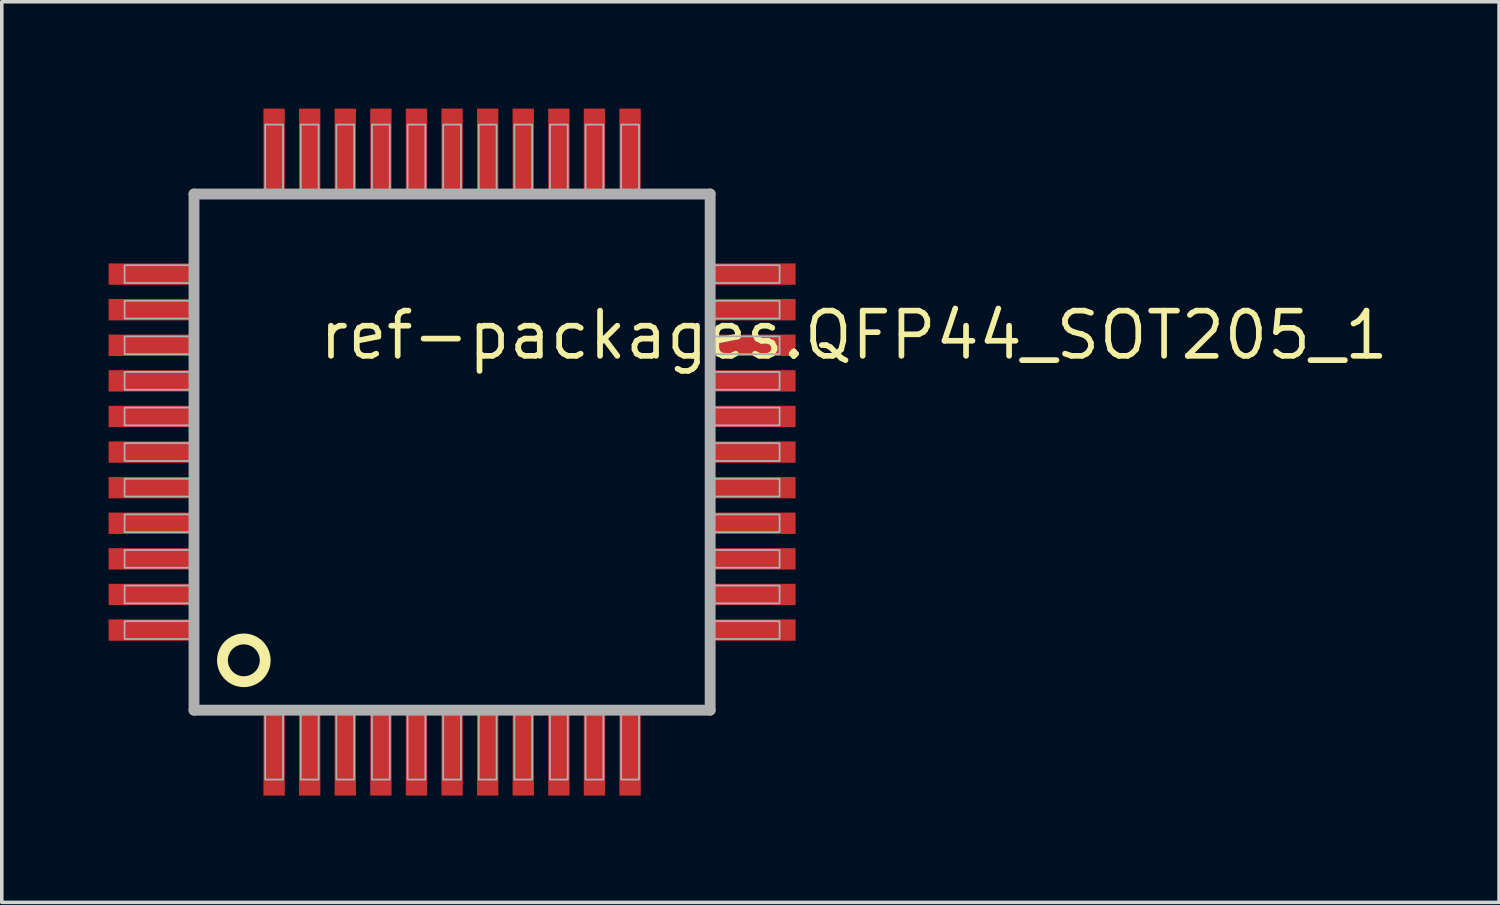
<source format=kicad_pcb>
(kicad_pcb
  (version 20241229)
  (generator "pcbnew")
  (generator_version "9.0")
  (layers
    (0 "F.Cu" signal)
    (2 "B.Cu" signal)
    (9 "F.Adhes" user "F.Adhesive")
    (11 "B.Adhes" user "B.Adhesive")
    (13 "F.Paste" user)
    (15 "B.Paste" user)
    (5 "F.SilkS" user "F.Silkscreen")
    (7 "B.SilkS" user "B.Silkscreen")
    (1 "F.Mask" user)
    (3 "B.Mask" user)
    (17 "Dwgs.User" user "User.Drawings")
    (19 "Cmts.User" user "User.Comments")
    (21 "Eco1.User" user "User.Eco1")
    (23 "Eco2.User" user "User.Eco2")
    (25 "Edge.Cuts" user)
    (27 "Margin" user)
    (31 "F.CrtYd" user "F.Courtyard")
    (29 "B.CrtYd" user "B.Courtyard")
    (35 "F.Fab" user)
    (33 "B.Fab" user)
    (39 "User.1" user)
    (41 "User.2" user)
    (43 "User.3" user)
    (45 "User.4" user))
  (footprint "ref-packages.QFP44_SOT205_1"
    (layer "F.Cu")
    (at 9.65 9.65)
    (property "Reference" "ref-packages.QFP44_SOT205_1" (at -3.81 -2.54 0) (layer "F.SilkS") (effects (font (size 1.27 1.27) (thickness 0.16)) (justify left bottom)))
    (attr smd)
    (fp_circle (center -5.85 5.85) (end -5.25 5.85) (stroke (width 0.305) (type default)) (fill no) (layer "F.SilkS"))
    (fp_line (start -7.25 -7.25) (end 7.25 -7.25) (stroke (width 0.305) (type default)) (layer "F.Fab"))
    (fp_line (start -7.25 7.25) (end -7.25 -7.25) (stroke (width 0.305) (type default)) (layer "F.Fab"))
    (fp_line (start 7.25 -7.25) (end 7.25 7.25) (stroke (width 0.305) (type default)) (layer "F.Fab"))
    (fp_line (start 7.25 7.25) (end -7.25 7.25) (stroke (width 0.305) (type default)) (layer "F.Fab"))
    (fp_rect (start -9.2 -4.75) (end -7.35 -5.25) (stroke (width 0.05) (type default)) (fill no) (layer "F.Fab"))
    (fp_rect (start -9.2 -3.75) (end -7.35 -4.25) (stroke (width 0.05) (type default)) (fill no) (layer "F.Fab"))
    (fp_rect (start -9.2 -2.75) (end -7.35 -3.25) (stroke (width 0.05) (type default)) (fill no) (layer "F.Fab"))
    (fp_rect (start -9.2 -1.75) (end -7.35 -2.25) (stroke (width 0.05) (type default)) (fill no) (layer "F.Fab"))
    (fp_rect (start -9.2 -0.75) (end -7.35 -1.25) (stroke (width 0.05) (type default)) (fill no) (layer "F.Fab"))
    (fp_rect (start -9.2 0.25) (end -7.35 -0.25) (stroke (width 0.05) (type default)) (fill no) (layer "F.Fab"))
    (fp_rect (start -9.2 1.25) (end -7.35 0.75) (stroke (width 0.05) (type default)) (fill no) (layer "F.Fab"))
    (fp_rect (start -9.2 2.25) (end -7.35 1.75) (stroke (width 0.05) (type default)) (fill no) (layer "F.Fab"))
    (fp_rect (start -9.2 3.25) (end -7.35 2.75) (stroke (width 0.05) (type default)) (fill no) (layer "F.Fab"))
    (fp_rect (start -9.2 4.25) (end -7.35 3.75) (stroke (width 0.05) (type default)) (fill no) (layer "F.Fab"))
    (fp_rect (start -9.2 5.25) (end -7.35 4.75) (stroke (width 0.05) (type default)) (fill no) (layer "F.Fab"))
    (fp_rect (start -5.25 -7.35) (end -4.75 -9.2) (stroke (width 0.05) (type default)) (fill no) (layer "F.Fab"))
    (fp_rect (start -5.25 9.2) (end -4.75 7.35) (stroke (width 0.05) (type default)) (fill no) (layer "F.Fab"))
    (fp_rect (start -4.25 -7.35) (end -3.75 -9.2) (stroke (width 0.05) (type default)) (fill no) (layer "F.Fab"))
    (fp_rect (start -4.25 9.2) (end -3.75 7.35) (stroke (width 0.05) (type default)) (fill no) (layer "F.Fab"))
    (fp_rect (start -3.25 -7.35) (end -2.75 -9.2) (stroke (width 0.05) (type default)) (fill no) (layer "F.Fab"))
    (fp_rect (start -3.25 9.2) (end -2.75 7.35) (stroke (width 0.05) (type default)) (fill no) (layer "F.Fab"))
    (fp_rect (start -2.25 -7.35) (end -1.75 -9.2) (stroke (width 0.05) (type default)) (fill no) (layer "F.Fab"))
    (fp_rect (start -2.25 9.2) (end -1.75 7.35) (stroke (width 0.05) (type default)) (fill no) (layer "F.Fab"))
    (fp_rect (start -1.25 -7.35) (end -0.75 -9.2) (stroke (width 0.05) (type default)) (fill no) (layer "F.Fab"))
    (fp_rect (start -1.25 9.2) (end -0.75 7.35) (stroke (width 0.05) (type default)) (fill no) (layer "F.Fab"))
    (fp_rect (start -0.25 -7.35) (end 0.25 -9.2) (stroke (width 0.05) (type default)) (fill no) (layer "F.Fab"))
    (fp_rect (start -0.25 9.2) (end 0.25 7.35) (stroke (width 0.05) (type default)) (fill no) (layer "F.Fab"))
    (fp_rect (start 0.75 -7.35) (end 1.25 -9.2) (stroke (width 0.05) (type default)) (fill no) (layer "F.Fab"))
    (fp_rect (start 0.75 9.2) (end 1.25 7.35) (stroke (width 0.05) (type default)) (fill no) (layer "F.Fab"))
    (fp_rect (start 1.75 -7.35) (end 2.25 -9.2) (stroke (width 0.05) (type default)) (fill no) (layer "F.Fab"))
    (fp_rect (start 1.75 9.2) (end 2.25 7.35) (stroke (width 0.05) (type default)) (fill no) (layer "F.Fab"))
    (fp_rect (start 2.75 -7.35) (end 3.25 -9.2) (stroke (width 0.05) (type default)) (fill no) (layer "F.Fab"))
    (fp_rect (start 2.75 9.2) (end 3.25 7.35) (stroke (width 0.05) (type default)) (fill no) (layer "F.Fab"))
    (fp_rect (start 3.75 -7.35) (end 4.25 -9.2) (stroke (width 0.05) (type default)) (fill no) (layer "F.Fab"))
    (fp_rect (start 3.75 9.2) (end 4.25 7.35) (stroke (width 0.05) (type default)) (fill no) (layer "F.Fab"))
    (fp_rect (start 4.75 -7.35) (end 5.25 -9.2) (stroke (width 0.05) (type default)) (fill no) (layer "F.Fab"))
    (fp_rect (start 4.75 9.2) (end 5.25 7.35) (stroke (width 0.05) (type default)) (fill no) (layer "F.Fab"))
    (fp_rect (start 7.35 -4.75) (end 9.2 -5.25) (stroke (width 0.05) (type default)) (fill no) (layer "F.Fab"))
    (fp_rect (start 7.35 -3.75) (end 9.2 -4.25) (stroke (width 0.05) (type default)) (fill no) (layer "F.Fab"))
    (fp_rect (start 7.35 -2.75) (end 9.2 -3.25) (stroke (width 0.05) (type default)) (fill no) (layer "F.Fab"))
    (fp_rect (start 7.35 -1.75) (end 9.2 -2.25) (stroke (width 0.05) (type default)) (fill no) (layer "F.Fab"))
    (fp_rect (start 7.35 -0.75) (end 9.2 -1.25) (stroke (width 0.05) (type default)) (fill no) (layer "F.Fab"))
    (fp_rect (start 7.35 0.25) (end 9.2 -0.25) (stroke (width 0.05) (type default)) (fill no) (layer "F.Fab"))
    (fp_rect (start 7.35 1.25) (end 9.2 0.75) (stroke (width 0.05) (type default)) (fill no) (layer "F.Fab"))
    (fp_rect (start 7.35 2.25) (end 9.2 1.75) (stroke (width 0.05) (type default)) (fill no) (layer "F.Fab"))
    (fp_rect (start 7.35 3.25) (end 9.2 2.75) (stroke (width 0.05) (type default)) (fill no) (layer "F.Fab"))
    (fp_rect (start 7.35 4.25) (end 9.2 3.75) (stroke (width 0.05) (type default)) (fill no) (layer "F.Fab"))
    (fp_rect (start 7.35 5.25) (end 9.2 4.75) (stroke (width 0.05) (type default)) (fill no) (layer "F.Fab"))
    (pad "1" smd roundrect (at -5 8.5) (size 0.6 2.3) (layers "F.Cu" "F.Mask" "F.Paste") (roundrect_rratio 0.01))
    (pad "2" smd roundrect (at -4 8.5) (size 0.6 2.3) (layers "F.Cu" "F.Mask" "F.Paste") (roundrect_rratio 0.01))
    (pad "3" smd roundrect (at -3 8.5) (size 0.6 2.3) (layers "F.Cu" "F.Mask" "F.Paste") (roundrect_rratio 0.01))
    (pad "4" smd roundrect (at -2 8.5) (size 0.6 2.3) (layers "F.Cu" "F.Mask" "F.Paste") (roundrect_rratio 0.01))
    (pad "5" smd roundrect (at -1 8.5) (size 0.6 2.3) (layers "F.Cu" "F.Mask" "F.Paste") (roundrect_rratio 0.01))
    (pad "6" smd roundrect (at 0 8.5) (size 0.6 2.3) (layers "F.Cu" "F.Mask" "F.Paste") (roundrect_rratio 0.01))
    (pad "7" smd roundrect (at 1 8.5) (size 0.6 2.3) (layers "F.Cu" "F.Mask" "F.Paste") (roundrect_rratio 0.01))
    (pad "8" smd roundrect (at 2 8.5) (size 0.6 2.3) (layers "F.Cu" "F.Mask" "F.Paste") (roundrect_rratio 0.01))
    (pad "9" smd roundrect (at 3 8.5) (size 0.6 2.3) (layers "F.Cu" "F.Mask" "F.Paste") (roundrect_rratio 0.01))
    (pad "10" smd roundrect (at 4 8.5) (size 0.6 2.3) (layers "F.Cu" "F.Mask" "F.Paste") (roundrect_rratio 0.01))
    (pad "11" smd roundrect (at 5 8.5) (size 0.6 2.3) (layers "F.Cu" "F.Mask" "F.Paste") (roundrect_rratio 0.01))
    (pad "12" smd roundrect (at 8.5 5) (size 2.3 0.6) (layers "F.Cu" "F.Mask" "F.Paste") (roundrect_rratio 0.01))
    (pad "13" smd roundrect (at 8.5 4) (size 2.3 0.6) (layers "F.Cu" "F.Mask" "F.Paste") (roundrect_rratio 0.01))
    (pad "14" smd roundrect (at 8.5 3) (size 2.3 0.6) (layers "F.Cu" "F.Mask" "F.Paste") (roundrect_rratio 0.01))
    (pad "15" smd roundrect (at 8.5 2) (size 2.3 0.6) (layers "F.Cu" "F.Mask" "F.Paste") (roundrect_rratio 0.01))
    (pad "16" smd roundrect (at 8.5 1) (size 2.3 0.6) (layers "F.Cu" "F.Mask" "F.Paste") (roundrect_rratio 0.01))
    (pad "17" smd roundrect (at 8.5 0) (size 2.3 0.6) (layers "F.Cu" "F.Mask" "F.Paste") (roundrect_rratio 0.01))
    (pad "18" smd roundrect (at 8.5 -1) (size 2.3 0.6) (layers "F.Cu" "F.Mask" "F.Paste") (roundrect_rratio 0.01))
    (pad "19" smd roundrect (at 8.5 -2) (size 2.3 0.6) (layers "F.Cu" "F.Mask" "F.Paste") (roundrect_rratio 0.01))
    (pad "20" smd roundrect (at 8.5 -3) (size 2.3 0.6) (layers "F.Cu" "F.Mask" "F.Paste") (roundrect_rratio 0.01))
    (pad "21" smd roundrect (at 8.5 -4) (size 2.3 0.6) (layers "F.Cu" "F.Mask" "F.Paste") (roundrect_rratio 0.01))
    (pad "22" smd roundrect (at 8.5 -5) (size 2.3 0.6) (layers "F.Cu" "F.Mask" "F.Paste") (roundrect_rratio 0.01))
    (pad "23" smd roundrect (at 5 -8.5) (size 0.6 2.3) (layers "F.Cu" "F.Mask" "F.Paste") (roundrect_rratio 0.01))
    (pad "24" smd roundrect (at 4 -8.5) (size 0.6 2.3) (layers "F.Cu" "F.Mask" "F.Paste") (roundrect_rratio 0.01))
    (pad "25" smd roundrect (at 3 -8.5) (size 0.6 2.3) (layers "F.Cu" "F.Mask" "F.Paste") (roundrect_rratio 0.01))
    (pad "26" smd roundrect (at 2 -8.5) (size 0.6 2.3) (layers "F.Cu" "F.Mask" "F.Paste") (roundrect_rratio 0.01))
    (pad "27" smd roundrect (at 1 -8.5) (size 0.6 2.3) (layers "F.Cu" "F.Mask" "F.Paste") (roundrect_rratio 0.01))
    (pad "28" smd roundrect (at 0 -8.5) (size 0.6 2.3) (layers "F.Cu" "F.Mask" "F.Paste") (roundrect_rratio 0.01))
    (pad "29" smd roundrect (at -1 -8.5) (size 0.6 2.3) (layers "F.Cu" "F.Mask" "F.Paste") (roundrect_rratio 0.01))
    (pad "30" smd roundrect (at -2 -8.5) (size 0.6 2.3) (layers "F.Cu" "F.Mask" "F.Paste") (roundrect_rratio 0.01))
    (pad "31" smd roundrect (at -3 -8.5) (size 0.6 2.3) (layers "F.Cu" "F.Mask" "F.Paste") (roundrect_rratio 0.01))
    (pad "32" smd roundrect (at -4 -8.5) (size 0.6 2.3) (layers "F.Cu" "F.Mask" "F.Paste") (roundrect_rratio 0.01))
    (pad "33" smd roundrect (at -5 -8.5) (size 0.6 2.3) (layers "F.Cu" "F.Mask" "F.Paste") (roundrect_rratio 0.01))
    (pad "34" smd roundrect (at -8.5 -5) (size 2.3 0.6) (layers "F.Cu" "F.Mask" "F.Paste") (roundrect_rratio 0.01))
    (pad "35" smd roundrect (at -8.5 -4) (size 2.3 0.6) (layers "F.Cu" "F.Mask" "F.Paste") (roundrect_rratio 0.01))
    (pad "36" smd roundrect (at -8.5 -3) (size 2.3 0.6) (layers "F.Cu" "F.Mask" "F.Paste") (roundrect_rratio 0.01))
    (pad "37" smd roundrect (at -8.5 -2) (size 2.3 0.6) (layers "F.Cu" "F.Mask" "F.Paste") (roundrect_rratio 0.01))
    (pad "38" smd roundrect (at -8.5 -1) (size 2.3 0.6) (layers "F.Cu" "F.Mask" "F.Paste") (roundrect_rratio 0.01))
    (pad "39" smd roundrect (at -8.5 0) (size 2.3 0.6) (layers "F.Cu" "F.Mask" "F.Paste") (roundrect_rratio 0.01))
    (pad "40" smd roundrect (at -8.5 1) (size 2.3 0.6) (layers "F.Cu" "F.Mask" "F.Paste") (roundrect_rratio 0.01))
    (pad "41" smd roundrect (at -8.5 2) (size 2.3 0.6) (layers "F.Cu" "F.Mask" "F.Paste") (roundrect_rratio 0.01))
    (pad "42" smd roundrect (at -8.5 3) (size 2.3 0.6) (layers "F.Cu" "F.Mask" "F.Paste") (roundrect_rratio 0.01))
    (pad "43" smd roundrect (at -8.5 4) (size 2.3 0.6) (layers "F.Cu" "F.Mask" "F.Paste") (roundrect_rratio 0.01))
    (pad "44" smd roundrect (at -8.5 5) (size 2.3 0.6) (layers "F.Cu" "F.Mask" "F.Paste") (roundrect_rratio 0.01)))
  (gr_rect
    (start -3 -3)
    (end 39.062 22.3)
    (stroke (width 0.1) (type default))
    (fill no)
    (layer "Edge.Cuts")))
</source>
